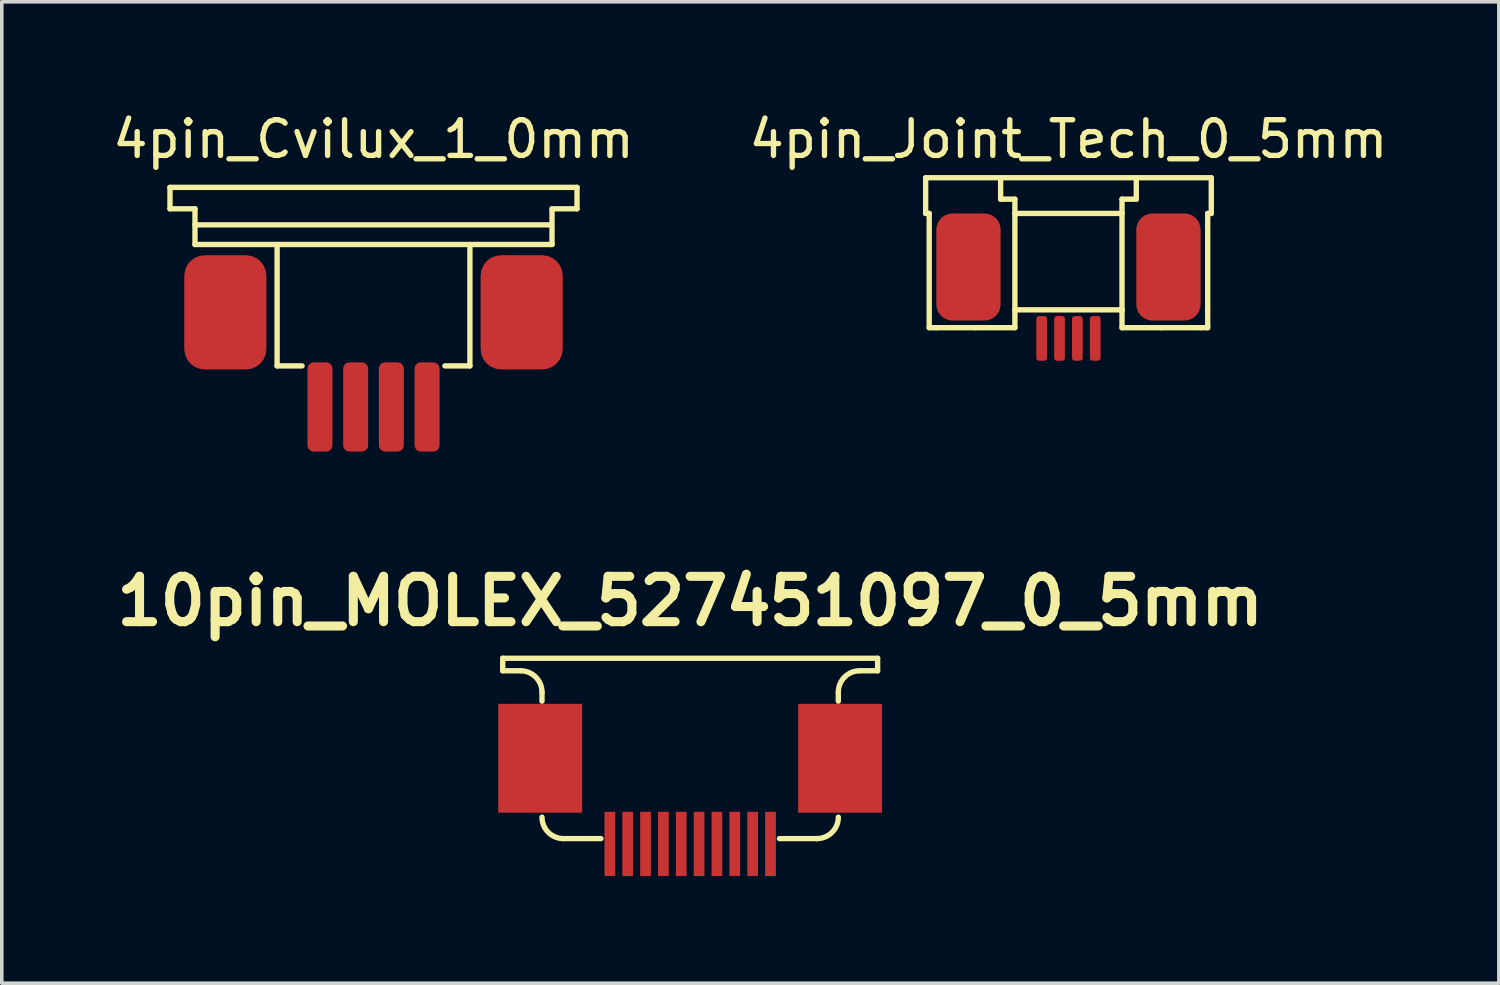
<source format=kicad_pcb>
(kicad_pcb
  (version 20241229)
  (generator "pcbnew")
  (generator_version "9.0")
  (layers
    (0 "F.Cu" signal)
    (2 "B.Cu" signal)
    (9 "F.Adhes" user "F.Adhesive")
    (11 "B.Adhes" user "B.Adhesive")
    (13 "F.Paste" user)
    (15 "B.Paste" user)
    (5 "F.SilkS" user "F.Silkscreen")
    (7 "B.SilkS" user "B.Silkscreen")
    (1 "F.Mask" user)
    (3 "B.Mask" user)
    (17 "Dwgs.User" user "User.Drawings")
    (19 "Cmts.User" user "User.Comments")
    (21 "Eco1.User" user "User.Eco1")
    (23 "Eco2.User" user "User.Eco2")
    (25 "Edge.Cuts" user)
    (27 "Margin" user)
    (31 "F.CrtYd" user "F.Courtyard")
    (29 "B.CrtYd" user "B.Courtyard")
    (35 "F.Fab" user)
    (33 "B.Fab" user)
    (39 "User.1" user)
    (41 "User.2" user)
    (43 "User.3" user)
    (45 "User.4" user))
  (footprint "4pin_Cvilux_1_0mm"
    (layer "F.Cu")
    (at 7.411 7.198)
    (property "Reference" "4pin_Cvilux_1_0mm" (at 0 -6.35 0) (layer "F.SilkS") (effects (font (size 1 1) (thickness 0.15))))
    (attr smd)
    (fp_line (start -5.7 -5) (end -5.7 -4.4) (stroke (width 0.15) (type solid)) (layer "F.SilkS"))
    (fp_line (start -5.7 -4.4) (end -5 -4.4) (stroke (width 0.15) (type solid)) (layer "F.SilkS"))
    (fp_line (start -5 -4.4) (end -5 -3.4) (stroke (width 0.15) (type solid)) (layer "F.SilkS"))
    (fp_line (start -5 -3.95) (end 4.95 -3.95) (stroke (width 0.15) (type solid)) (layer "F.SilkS"))
    (fp_line (start -2.7 -3.4) (end -2.7 0) (stroke (width 0.15) (type solid)) (layer "F.SilkS"))
    (fp_line (start -2.7 0) (end -2 0) (stroke (width 0.15) (type solid)) (layer "F.SilkS"))
    (fp_line (start 2.7 -3.4) (end 2.7 0) (stroke (width 0.15) (type solid)) (layer "F.SilkS"))
    (fp_line (start 2.7 0) (end 2 0) (stroke (width 0.15) (type solid)) (layer "F.SilkS"))
    (fp_line (start 5 -4.4) (end 5 -3.4) (stroke (width 0.15) (type solid)) (layer "F.SilkS"))
    (fp_line (start 5 -3.4) (end -5 -3.4) (stroke (width 0.15) (type solid)) (layer "F.SilkS"))
    (fp_line (start 5.7 -5) (end -5.7 -5) (stroke (width 0.15) (type solid)) (layer "F.SilkS"))
    (fp_line (start 5.7 -5) (end 5.7 -4.4) (stroke (width 0.15) (type solid)) (layer "F.SilkS"))
    (fp_line (start 5.7 -4.4) (end 5 -4.4) (stroke (width 0.15) (type solid)) (layer "F.SilkS"))
    (pad "0" smd roundrect (at -4.15 -1.5) (size 2.3 3.2) (layers "F.Cu" "F.Mask" "F.Paste") (roundrect_rratio 0.25))
    (pad "0" smd roundrect (at 4.15 -1.5) (size 2.3 3.2) (layers "F.Cu" "F.Mask" "F.Paste") (roundrect_rratio 0.25))
    (pad "1" smd roundrect (at -1.5 1.15) (size 0.7 2.5) (layers "F.Cu" "F.Mask" "F.Paste") (roundrect_rratio 0.25))
    (pad "2" smd roundrect (at -0.5 1.15) (size 0.7 2.5) (layers "F.Cu" "F.Mask" "F.Paste") (roundrect_rratio 0.25))
    (pad "3" smd roundrect (at 0.5 1.15) (size 0.7 2.5) (layers "F.Cu" "F.Mask" "F.Paste") (roundrect_rratio 0.25))
    (pad "4" smd roundrect (at 1.5 1.15) (size 0.7 2.5) (layers "F.Cu" "F.Mask" "F.Paste") (roundrect_rratio 0.25)))
  (footprint "10pin_MOLEX_527451097_0_5mm"
    (layer "F.Cu")
    (at 16.28 17.987)
    (property "Reference" "10pin_MOLEX_527451097_0_5mm" (at 0 -4.2 0) (layer "F.SilkS") (effects (font (size 1.27 1.27) (thickness 0.254))))
    (attr smd)
    (fp_line (start -5.25 -2.6) (end -5.25 -2.25) (stroke (width 0.15) (type solid)) (layer "F.SilkS"))
    (fp_line (start -5.25 -2.25) (end -4.75 -2.25) (stroke (width 0.15) (type solid)) (layer "F.SilkS"))
    (fp_line (start -4.15 -1.65) (end -4.15 -1.4) (stroke (width 0.15) (type solid)) (layer "F.SilkS"))
    (fp_line (start -3.55 2.45) (end -2.5 2.45) (stroke (width 0.15) (type solid)) (layer "F.SilkS"))
    (fp_line (start 3.55 2.45) (end 2.5 2.45) (stroke (width 0.15) (type solid)) (layer "F.SilkS"))
    (fp_line (start 4.15 -1.65) (end 4.15 -1.4) (stroke (width 0.15) (type solid)) (layer "F.SilkS"))
    (fp_line (start 5.25 -2.6) (end -5.25 -2.6) (stroke (width 0.15) (type solid)) (layer "F.SilkS"))
    (fp_line (start 5.25 -2.6) (end 5.25 -2.25) (stroke (width 0.15) (type solid)) (layer "F.SilkS"))
    (fp_line (start 5.25 -2.25) (end 4.75 -2.25) (stroke (width 0.15) (type solid)) (layer "F.SilkS"))
    (fp_arc (start -4.75 -2.25) (mid -4.325736 -2.074264) (end -4.15 -1.65) (stroke (width 0.15) (type solid)) (layer "F.SilkS"))
    (fp_arc (start -3.55 2.45) (mid -3.974264 2.274264) (end -4.15 1.85) (stroke (width 0.15) (type solid)) (layer "F.SilkS"))
    (fp_arc (start 4.15 -1.65) (mid 4.325736 -2.074264) (end 4.75 -2.25) (stroke (width 0.15) (type solid)) (layer "F.SilkS"))
    (fp_arc (start 4.15 1.85) (mid 3.974264 2.274264) (end 3.55 2.45) (stroke (width 0.15) (type solid)) (layer "F.SilkS"))
    (pad "0" smd rect (at -4.2 0.2) (size 2.35 3.05) (layers "F.Cu" "F.Mask" "F.Paste"))
    (pad "0" smd rect (at 4.2 0.2) (size 2.35 3.05) (layers "F.Cu" "F.Mask" "F.Paste"))
    (pad "1" smd rect (at -2.25 2.6) (size 0.3 1.8) (layers "F.Cu" "F.Mask" "F.Paste"))
    (pad "2" smd rect (at -1.75 2.6) (size 0.3 1.8) (layers "F.Cu" "F.Mask" "F.Paste"))
    (pad "3" smd rect (at -1.25 2.6) (size 0.3 1.8) (layers "F.Cu" "F.Mask" "F.Paste"))
    (pad "4" smd rect (at -0.75 2.6) (size 0.3 1.8) (layers "F.Cu" "F.Mask" "F.Paste"))
    (pad "5" smd rect (at -0.25 2.6) (size 0.3 1.8) (layers "F.Cu" "F.Mask" "F.Paste"))
    (pad "6" smd rect (at 0.25 2.6) (size 0.3 1.8) (layers "F.Cu" "F.Mask" "F.Paste"))
    (pad "7" smd rect (at 0.75 2.6) (size 0.3 1.8) (layers "F.Cu" "F.Mask" "F.Paste"))
    (pad "8" smd rect (at 1.25 2.6) (size 0.3 1.8) (layers "F.Cu" "F.Mask" "F.Paste"))
    (pad "9" smd rect (at 1.75 2.6) (size 0.3 1.8) (layers "F.Cu" "F.Mask" "F.Paste"))
    (pad "10" smd rect (at 2.25 2.6) (size 0.3 1.8) (layers "F.Cu" "F.Mask" "F.Paste")))
  (footprint "4pin_Joint_Tech_0_5mm"
    (layer "F.Cu")
    (at 26.875 5.928)
    (property "Reference" "4pin_Joint_Tech_0_5mm" (at 0 -5.08 0) (layer "F.SilkS") (effects (font (size 1 1) (thickness 0.15))))
    (attr through_hole)
    (fp_line (start -4 -4) (end -4 -3) (stroke (width 0.15) (type solid)) (layer "F.SilkS"))
    (fp_line (start -4 -3) (end -3.9 -3) (stroke (width 0.15) (type solid)) (layer "F.SilkS"))
    (fp_line (start -3.9 -3) (end -3.9 0.2) (stroke (width 0.15) (type solid)) (layer "F.SilkS"))
    (fp_line (start -3.9 0.2) (end -3.7 0.2) (stroke (width 0.15) (type solid)) (layer "F.SilkS"))
    (fp_line (start -3.7 0.2) (end -2.6 0.2) (stroke (width 0.15) (type solid)) (layer "F.SilkS"))
    (fp_line (start -1.9 -3.4) (end -1.9 -4) (stroke (width 0.15) (type solid)) (layer "F.SilkS"))
    (fp_line (start -1.5 -3.4) (end -1.9 -3.4) (stroke (width 0.15) (type solid)) (layer "F.SilkS"))
    (fp_line (start -1.5 -3) (end -1.5 -3.4) (stroke (width 0.15) (type solid)) (layer "F.SilkS"))
    (fp_line (start -1.5 -3) (end -1.5 -0.3) (stroke (width 0.15) (type solid)) (layer "F.SilkS"))
    (fp_line (start -1.5 -0.3) (end -1.5 0.2) (stroke (width 0.15) (type solid)) (layer "F.SilkS"))
    (fp_line (start -1.5 0.2) (end -2.6 0.2) (stroke (width 0.15) (type solid)) (layer "F.SilkS"))
    (fp_line (start 1.5 -3.4) (end 1.9 -3.4) (stroke (width 0.15) (type solid)) (layer "F.SilkS"))
    (fp_line (start 1.5 -3) (end -1.5 -3) (stroke (width 0.15) (type solid)) (layer "F.SilkS"))
    (fp_line (start 1.5 -3) (end 1.5 -3.4) (stroke (width 0.15) (type solid)) (layer "F.SilkS"))
    (fp_line (start 1.5 -3) (end 1.5 -0.3) (stroke (width 0.15) (type solid)) (layer "F.SilkS"))
    (fp_line (start 1.5 -0.3) (end -1.5 -0.3) (stroke (width 0.15) (type solid)) (layer "F.SilkS"))
    (fp_line (start 1.5 0.2) (end 1.5 -0.3) (stroke (width 0.15) (type solid)) (layer "F.SilkS"))
    (fp_line (start 1.9 -3.4) (end 1.9 -4) (stroke (width 0.15) (type solid)) (layer "F.SilkS"))
    (fp_line (start 2.6 0.2) (end 1.5 0.2) (stroke (width 0.15) (type solid)) (layer "F.SilkS"))
    (fp_line (start 2.6 0.2) (end 3.7 0.2) (stroke (width 0.15) (type solid)) (layer "F.SilkS"))
    (fp_line (start 3.9 -3) (end 3.9 0.2) (stroke (width 0.15) (type solid)) (layer "F.SilkS"))
    (fp_line (start 3.9 0.2) (end 3.7 0.2) (stroke (width 0.15) (type solid)) (layer "F.SilkS"))
    (fp_line (start 4 -4) (end -4 -4) (stroke (width 0.15) (type solid)) (layer "F.SilkS"))
    (fp_line (start 4 -3) (end 3.9 -3) (stroke (width 0.15) (type solid)) (layer "F.SilkS"))
    (fp_line (start 4 -3) (end 4 -4) (stroke (width 0.15) (type solid)) (layer "F.SilkS"))
    (pad "0" smd roundrect (at -2.8 -1.5) (size 1.8 3) (layers "F.Cu" "F.Mask" "F.Paste") (roundrect_rratio 0.25))
    (pad "0" smd roundrect (at 2.8 -1.5) (size 1.8 3) (layers "F.Cu" "F.Mask" "F.Paste") (roundrect_rratio 0.25))
    (pad "1" smd roundrect (at -0.75 0.5) (size 0.3 1.25) (layers "F.Cu" "F.Mask" "F.Paste") (roundrect_rratio 0.25))
    (pad "2" smd roundrect (at -0.25 0.5) (size 0.3 1.25) (layers "F.Cu" "F.Mask" "F.Paste") (roundrect_rratio 0.25))
    (pad "3" smd roundrect (at 0.25 0.5) (size 0.3 1.25) (layers "F.Cu" "F.Mask" "F.Paste") (roundrect_rratio 0.25))
    (pad "4" smd roundrect (at 0.75 0.5) (size 0.3 1.25) (layers "F.Cu" "F.Mask" "F.Paste") (roundrect_rratio 0.25)))
  (gr_rect
    (start -3 -3)
    (end 38.929 24.487)
    (stroke (width 0.1) (type default))
    (fill no)
    (layer "Edge.Cuts")))
</source>
